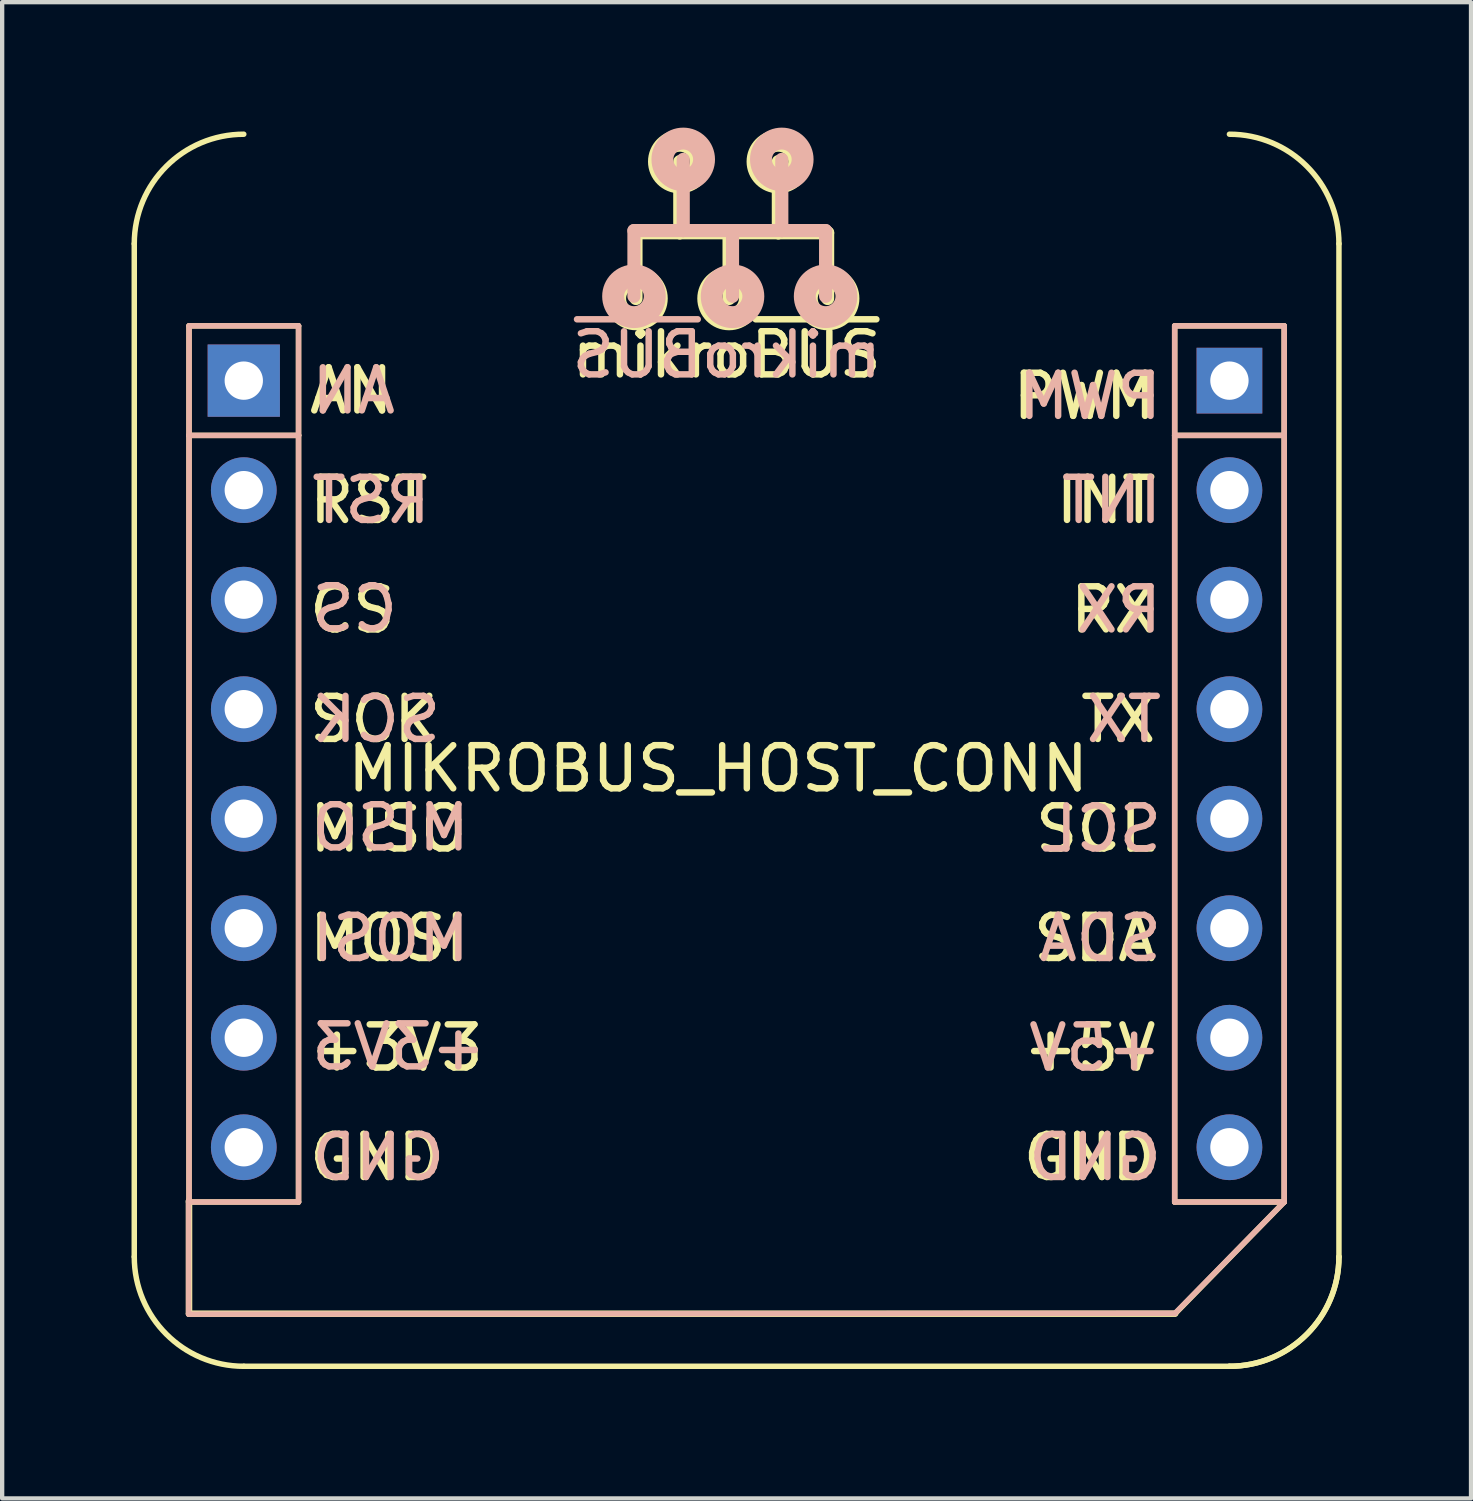
<source format=kicad_pcb>
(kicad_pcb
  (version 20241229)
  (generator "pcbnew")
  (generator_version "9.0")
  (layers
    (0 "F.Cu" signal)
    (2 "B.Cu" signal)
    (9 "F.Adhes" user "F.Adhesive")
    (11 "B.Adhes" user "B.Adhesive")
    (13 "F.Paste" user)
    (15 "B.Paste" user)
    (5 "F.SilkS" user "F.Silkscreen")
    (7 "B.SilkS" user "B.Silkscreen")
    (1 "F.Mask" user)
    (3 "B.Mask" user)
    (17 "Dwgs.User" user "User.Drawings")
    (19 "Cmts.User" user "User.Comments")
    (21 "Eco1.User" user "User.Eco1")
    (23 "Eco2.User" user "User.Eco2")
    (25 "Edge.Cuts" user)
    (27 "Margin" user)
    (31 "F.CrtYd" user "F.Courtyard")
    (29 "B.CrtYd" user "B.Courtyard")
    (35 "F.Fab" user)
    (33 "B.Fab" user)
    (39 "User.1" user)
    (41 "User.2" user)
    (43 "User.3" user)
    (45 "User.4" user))
  (footprint "MIKROBUS_HOST_CONN"
    (layer "F.Cu")
    (at 13.604 14.778)
    (property "Reference" "MIKROBUS_HOST_CONN" (at 0 0 0) (layer "F.SilkS") (effects (font (size 1 1) (thickness 0.15))))
    (attr through_hole)
    (fp_line (start -13.54 -12.175) (end -13.54 11.32) (stroke (width 0.127) (type solid)) (layer "F.SilkS"))
    (fp_line (start -12.27 -10.27) (end -12.27 -7.73) (stroke (width 0.127) (type solid)) (layer "F.SilkS"))
    (fp_line (start -12.27 -7.73) (end -12.27 10.05) (stroke (width 0.127) (type solid)) (layer "F.SilkS"))
    (fp_line (start -12.27 -7.73) (end -9.73 -7.73) (stroke (width 0.127) (type solid)) (layer "F.SilkS"))
    (fp_line (start -12.27 10.025) (end -12.27 10.05) (stroke (width 0.15) (type solid)) (layer "F.SilkS"))
    (fp_line (start -12.27 10.05) (end -9.73 10.05) (stroke (width 0.127) (type solid)) (layer "F.SilkS"))
    (fp_line (start -12.27 12.641) (end -12.27 10.025) (stroke (width 0.15) (type solid)) (layer "F.SilkS"))
    (fp_line (start -11 13.86) (end 11.86 13.86) (stroke (width 0.127) (type solid)) (layer "F.SilkS"))
    (fp_line (start -9.73 -10.27) (end -12.27 -10.27) (stroke (width 0.127) (type solid)) (layer "F.SilkS"))
    (fp_line (start -9.73 -7.73) (end -9.73 -10.27) (stroke (width 0.127) (type solid)) (layer "F.SilkS"))
    (fp_line (start -9.73 10.05) (end -9.73 -7.73) (stroke (width 0.127) (type solid)) (layer "F.SilkS"))
    (fp_line (start -1.904 -12.429) (end -1.904 -10.905) (stroke (width 0.305) (type solid)) (layer "F.SilkS"))
    (fp_line (start -1.904 -12.429) (end -0.888 -12.429) (stroke (width 0.305) (type solid)) (layer "F.SilkS"))
    (fp_line (start -0.888 -12.429) (end -0.888 -14.08) (stroke (width 0.305) (type solid)) (layer "F.SilkS"))
    (fp_line (start -0.888 -12.429) (end 0.255 -12.429) (stroke (width 0.305) (type solid)) (layer "F.SilkS"))
    (fp_line (start 0.255 -12.429) (end 0.255 -10.905) (stroke (width 0.305) (type solid)) (layer "F.SilkS"))
    (fp_line (start 0.255 -12.429) (end 1.398 -12.429) (stroke (width 0.305) (type solid)) (layer "F.SilkS"))
    (fp_line (start 1.398 -12.429) (end 1.398 -14.08) (stroke (width 0.305) (type solid)) (layer "F.SilkS"))
    (fp_line (start 1.398 -12.429) (end 2.541 -12.429) (stroke (width 0.305) (type solid)) (layer "F.SilkS"))
    (fp_line (start 2.541 -12.429) (end 2.541 -10.905) (stroke (width 0.305) (type solid)) (layer "F.SilkS"))
    (fp_line (start 10.59 -10.27) (end 10.59 -7.73) (stroke (width 0.127) (type solid)) (layer "F.SilkS"))
    (fp_line (start 10.59 -10.27) (end 13.13 -10.27) (stroke (width 0.127) (type solid)) (layer "F.SilkS"))
    (fp_line (start 10.59 -7.73) (end 10.59 10.05) (stroke (width 0.127) (type solid)) (layer "F.SilkS"))
    (fp_line (start 10.59 -7.73) (end 13.13 -7.73) (stroke (width 0.127) (type solid)) (layer "F.SilkS"))
    (fp_line (start 10.59 10.05) (end 13.13 10.05) (stroke (width 0.127) (type solid)) (layer "F.SilkS"))
    (fp_line (start 10.6 12.64) (end -12.27 12.641) (stroke (width 0.15) (type solid)) (layer "F.SilkS"))
    (fp_line (start 13.13 -10.27) (end 13.13 10.05) (stroke (width 0.127) (type solid)) (layer "F.SilkS"))
    (fp_line (start 13.13 10.05) (end 10.6 12.64) (stroke (width 0.127) (type solid)) (layer "F.SilkS"))
    (fp_line (start 14.4 -12.175) (end 14.4 11.32) (stroke (width 0.127) (type solid)) (layer "F.SilkS"))
    (fp_arc (start -13.54 -12.175) (mid -12.796051 -13.971051) (end -11 -14.715) (stroke (width 0.127) (type solid)) (layer "F.SilkS"))
    (fp_arc (start -11 13.86) (mid -12.796051 13.116051) (end -13.54 11.32) (stroke (width 0.127) (type solid)) (layer "F.SilkS"))
    (fp_arc (start 11.86 -14.715) (mid 13.656051 -13.971051) (end 14.4 -12.175) (stroke (width 0.127) (type solid)) (layer "F.SilkS"))
    (fp_arc (start 14.4 11.32) (mid 13.656051 13.116051) (end 11.86 13.86) (stroke (width 0.127) (type solid)) (layer "F.SilkS"))
    (fp_arc (start 14.4 11.32) (mid 13.656051 13.116051) (end 11.86 13.86) (stroke (width 0.127) (type solid)) (layer "F.SilkS"))
    (fp_circle (center -1.904 -10.905) (end -1.675 -10.905) (stroke (width 0.508) (type solid)) (fill no) (layer "F.SilkS"))
    (fp_circle (center -0.888 -14.08) (end -0.659 -14.08) (stroke (width 0.508) (type solid)) (fill no) (layer "F.SilkS"))
    (fp_circle (center 0.255 -10.905) (end 0.484 -10.905) (stroke (width 0.508) (type solid)) (fill no) (layer "F.SilkS"))
    (fp_circle (center 1.398 -14.08) (end 1.627 -14.08) (stroke (width 0.508) (type solid)) (fill no) (layer "F.SilkS"))
    (fp_circle (center 2.541 -10.905) (end 2.77 -10.905) (stroke (width 0.508) (type solid)) (fill no) (layer "F.SilkS"))
    (fp_line (start -12.28 10.03) (end -12.28 12.65) (stroke (width 0.127) (type solid)) (layer "B.SilkS"))
    (fp_line (start -12.28 12.65) (end 10.59 12.63) (stroke (width 0.127) (type solid)) (layer "B.SilkS"))
    (fp_line (start -12.27 -10.27) (end -12.27 -7.73) (stroke (width 0.127) (type solid)) (layer "B.SilkS"))
    (fp_line (start -12.27 -7.73) (end -12.27 10.05) (stroke (width 0.127) (type solid)) (layer "B.SilkS"))
    (fp_line (start -12.27 -7.73) (end -9.73 -7.73) (stroke (width 0.127) (type solid)) (layer "B.SilkS"))
    (fp_line (start -12.27 10.05) (end -9.73 10.05) (stroke (width 0.127) (type solid)) (layer "B.SilkS"))
    (fp_line (start -9.73 -10.27) (end -12.27 -10.27) (stroke (width 0.127) (type solid)) (layer "B.SilkS"))
    (fp_line (start -9.73 -7.73) (end -9.73 -10.27) (stroke (width 0.127) (type solid)) (layer "B.SilkS"))
    (fp_line (start -9.73 10.05) (end -9.73 -7.73) (stroke (width 0.127) (type solid)) (layer "B.SilkS"))
    (fp_line (start -1.951 -12.48) (end -1.951 -10.956) (stroke (width 0.305) (type solid)) (layer "B.SilkS"))
    (fp_line (start -0.808 -12.48) (end -1.951 -12.48) (stroke (width 0.305) (type solid)) (layer "B.SilkS"))
    (fp_line (start -0.808 -12.48) (end -0.808 -14.131) (stroke (width 0.305) (type solid)) (layer "B.SilkS"))
    (fp_line (start 0.335 -12.48) (end -0.808 -12.48) (stroke (width 0.305) (type solid)) (layer "B.SilkS"))
    (fp_line (start 0.335 -12.48) (end 0.335 -10.956) (stroke (width 0.305) (type solid)) (layer "B.SilkS"))
    (fp_line (start 1.478 -12.48) (end 0.335 -12.48) (stroke (width 0.305) (type solid)) (layer "B.SilkS"))
    (fp_line (start 1.478 -12.48) (end 1.478 -14.131) (stroke (width 0.305) (type solid)) (layer "B.SilkS"))
    (fp_line (start 2.494 -12.48) (end 1.478 -12.48) (stroke (width 0.305) (type solid)) (layer "B.SilkS"))
    (fp_line (start 2.494 -12.48) (end 2.494 -10.956) (stroke (width 0.305) (type solid)) (layer "B.SilkS"))
    (fp_line (start 10.59 -10.27) (end 10.59 -7.73) (stroke (width 0.127) (type solid)) (layer "B.SilkS"))
    (fp_line (start 10.59 -10.27) (end 13.13 -10.27) (stroke (width 0.127) (type solid)) (layer "B.SilkS"))
    (fp_line (start 10.59 -7.73) (end 10.59 10.05) (stroke (width 0.127) (type solid)) (layer "B.SilkS"))
    (fp_line (start 10.59 -7.73) (end 13.13 -7.73) (stroke (width 0.127) (type solid)) (layer "B.SilkS"))
    (fp_line (start 10.59 10.05) (end 13.13 10.05) (stroke (width 0.127) (type solid)) (layer "B.SilkS"))
    (fp_line (start 13.13 -10.27) (end 13.13 10.05) (stroke (width 0.127) (type solid)) (layer "B.SilkS"))
    (fp_line (start 13.13 10.05) (end 10.59 12.64) (stroke (width 0.127) (type solid)) (layer "B.SilkS"))
    (fp_circle (center -1.951 -10.956) (end -1.722 -10.956) (stroke (width 0.508) (type solid)) (fill no) (layer "B.SilkS"))
    (fp_circle (center -0.808 -14.131) (end -0.579 -14.131) (stroke (width 0.508) (type solid)) (fill no) (layer "B.SilkS"))
    (fp_circle (center 0.335 -10.956) (end 0.564 -10.956) (stroke (width 0.508) (type solid)) (fill no) (layer "B.SilkS"))
    (fp_circle (center 1.478 -14.131) (end 1.707 -14.131) (stroke (width 0.508) (type solid)) (fill no) (layer "B.SilkS"))
    (fp_circle (center 2.494 -10.956) (end 2.723 -10.956) (stroke (width 0.508) (type solid)) (fill no) (layer "B.SilkS"))
    (fp_text user "TX" (at 9.283 -1.145 0) (layer "F.SilkS") (effects (font (size 1 1) (thickness 0.15))))
    (fp_text user "SCK" (at -7.984 -1.145 0) (layer "F.SilkS") (effects (font (size 1 1) (thickness 0.15))))
    (fp_text user "INT" (at 8.998 -6.225 0) (layer "F.SilkS") (effects (font (size 1 1) (thickness 0.15))))
    (fp_text user "MISO" (at -7.65 1.395 0) (layer "F.SilkS") (effects (font (size 1 1) (thickness 0.15))))
    (fp_text user "mikro~{BUS}" (at 0.2 -9.6 0) (layer "F.SilkS") (effects (font (size 1 1) (thickness 0.15))))
    (fp_text user "SDA" (at 8.736 3.935 0) (layer "F.SilkS") (effects (font (size 1 1) (thickness 0.15))))
    (fp_text user "SCL" (at 8.759 1.395 0) (layer "F.SilkS") (effects (font (size 1 1) (thickness 0.15))))
    (fp_text user "+5V" (at 8.617 6.475 0) (layer "F.SilkS") (effects (font (size 1 1) (thickness 0.15))))
    (fp_text user "MOSI" (at -7.65 3.935 0) (layer "F.SilkS") (effects (font (size 1 1) (thickness 0.15))))
    (fp_text user "RST" (at -8.103 -6.225 0) (layer "F.SilkS") (effects (font (size 1 1) (thickness 0.15))))
    (fp_text user "CS" (at -8.484 -3.685 0) (layer "F.SilkS") (effects (font (size 1 1) (thickness 0.15))))
    (fp_text user "GND" (at -7.936 9.015 0) (layer "F.SilkS") (effects (font (size 1 1) (thickness 0.15))))
    (fp_text user "PWM" (at 8.498 -8.638 0) (layer "F.SilkS") (effects (font (size 1 1) (thickness 0.15))))
    (fp_text user "GND" (at 8.617 9.015 0) (layer "F.SilkS") (effects (font (size 1 1) (thickness 0.15))))
    (fp_text user "AN" (at -8.508 -8.765 0) (layer "F.SilkS") (effects (font (size 1 1) (thickness 0.15))))
    (fp_text user "+3V3" (at -7.46 6.475 0) (layer "F.SilkS") (effects (font (size 1 1) (thickness 0.15))))
    (fp_text user "RX" (at 9.164 -3.685 0) (layer "F.SilkS") (effects (font (size 1 1) (thickness 0.15))))
    (fp_text user "+3V3" (at -7.404 6.45 0) (layer "B.SilkS") (effects (font (size 1 1) (thickness 0.15)) (justify mirror)))
    (fp_text user "GND" (at -7.88 9.015 0) (layer "B.SilkS") (effects (font (size 1 1) (thickness 0.15)) (justify mirror)))
    (fp_text user "AN" (at -8.452 -8.765 0) (layer "B.SilkS") (effects (font (size 1 1) (thickness 0.15)) (justify mirror)))
    (fp_text user "SCL" (at 8.887 1.395 0) (layer "B.SilkS") (effects (font (size 1 1) (thickness 0.15)) (justify mirror)))
    (fp_text user "SDA" (at 8.863 3.935 0) (layer "B.SilkS") (effects (font (size 1 1) (thickness 0.15)) (justify mirror)))
    (fp_text user "MOSI" (at -7.595 3.935 0) (layer "B.SilkS") (effects (font (size 1 1) (thickness 0.15)) (justify mirror)))
    (fp_text user "+5V" (at 8.744 6.475 0) (layer "B.SilkS") (effects (font (size 1 1) (thickness 0.15)) (justify mirror)))
    (fp_text user "RST" (at -8.047 -6.225 0) (layer "B.SilkS") (effects (font (size 1 1) (thickness 0.15)) (justify mirror)))
    (fp_text user "RX" (at 9.291 -3.685 0) (layer "B.SilkS") (effects (font (size 1 1) (thickness 0.15)) (justify mirror)))
    (fp_text user "MISO" (at -7.595 1.37 0) (layer "B.SilkS") (effects (font (size 1 1) (thickness 0.15)) (justify mirror)))
    (fp_text user "TX" (at 9.411 -1.145 0) (layer "B.SilkS") (effects (font (size 1 1) (thickness 0.15)) (justify mirror)))
    (fp_text user "SCK" (at -7.928 -1.145 0) (layer "B.SilkS") (effects (font (size 1 1) (thickness 0.15)) (justify mirror)))
    (fp_text user "INT" (at 9.125 -6.225 0) (layer "B.SilkS") (effects (font (size 1 1) (thickness 0.15)) (justify mirror)))
    (fp_text user "mikro~{BUS}" (at 0.2 -9.6 0) (layer "B.SilkS") (effects (font (size 1 1) (thickness 0.15)) (justify mirror)))
    (fp_text user "GND" (at 8.744 9.015 0) (layer "B.SilkS") (effects (font (size 1 1) (thickness 0.15)) (justify mirror)))
    (fp_text user "CS" (at -8.428 -3.71 0) (layer "B.SilkS") (effects (font (size 1 1) (thickness 0.15)) (justify mirror)))
    (fp_text user "PWM" (at 8.625 -8.638 0) (layer "B.SilkS") (effects (font (size 1 1) (thickness 0.15)) (justify mirror)))
    (pad "P1" thru_hole rect (at -11 -9) (size 1.676 1.676) (drill 0.889) (layers "*.Cu" "*.Mask"))
    (pad "P2" thru_hole circle (at -11 -6.46) (size 1.524 1.524) (drill 0.889) (layers "*.Cu" "*.Mask"))
    (pad "P3" thru_hole circle (at -11 -3.92) (size 1.524 1.524) (drill 0.889) (layers "*.Cu" "*.Mask"))
    (pad "P4" thru_hole circle (at -11 -1.38) (size 1.524 1.524) (drill 0.889) (layers "*.Cu" "*.Mask"))
    (pad "P5" thru_hole circle (at -11 1.16) (size 1.524 1.524) (drill 0.889) (layers "*.Cu" "*.Mask"))
    (pad "P6" thru_hole circle (at -11 3.7) (size 1.524 1.524) (drill 0.889) (layers "*.Cu" "*.Mask"))
    (pad "P7" thru_hole circle (at -11 6.24) (size 1.524 1.524) (drill 0.889) (layers "*.Cu" "*.Mask"))
    (pad "P8" thru_hole circle (at -11 8.78) (size 1.524 1.524) (drill 0.889) (layers "*.Cu" "*.Mask"))
    (pad "P9" thru_hole circle (at 11.86 8.78) (size 1.524 1.524) (drill 0.889) (layers "*.Cu" "*.Mask"))
    (pad "P10" thru_hole circle (at 11.86 6.24) (size 1.524 1.524) (drill 0.889) (layers "*.Cu" "*.Mask"))
    (pad "P11" thru_hole circle (at 11.86 3.7) (size 1.524 1.524) (drill 0.889) (layers "*.Cu" "*.Mask"))
    (pad "P12" thru_hole circle (at 11.86 1.16) (size 1.524 1.524) (drill 0.889) (layers "*.Cu" "*.Mask"))
    (pad "P13" thru_hole circle (at 11.86 -1.38) (size 1.524 1.524) (drill 0.889) (layers "*.Cu" "*.Mask"))
    (pad "P14" thru_hole circle (at 11.86 -3.92) (size 1.524 1.524) (drill 0.889) (layers "*.Cu" "*.Mask"))
    (pad "P15" thru_hole circle (at 11.86 -6.46) (size 1.524 1.524) (drill 0.889) (layers "*.Cu" "*.Mask"))
    (pad "P16" thru_hole rect (at 11.86 -9) (size 1.524 1.524) (drill 0.889) (layers "*.Cu" "*.Mask")))
  (gr_rect
    (start -3 -3)
    (end 31.067 31.702)
    (stroke (width 0.1) (type default))
    (fill no)
    (layer "Edge.Cuts")))
</source>
